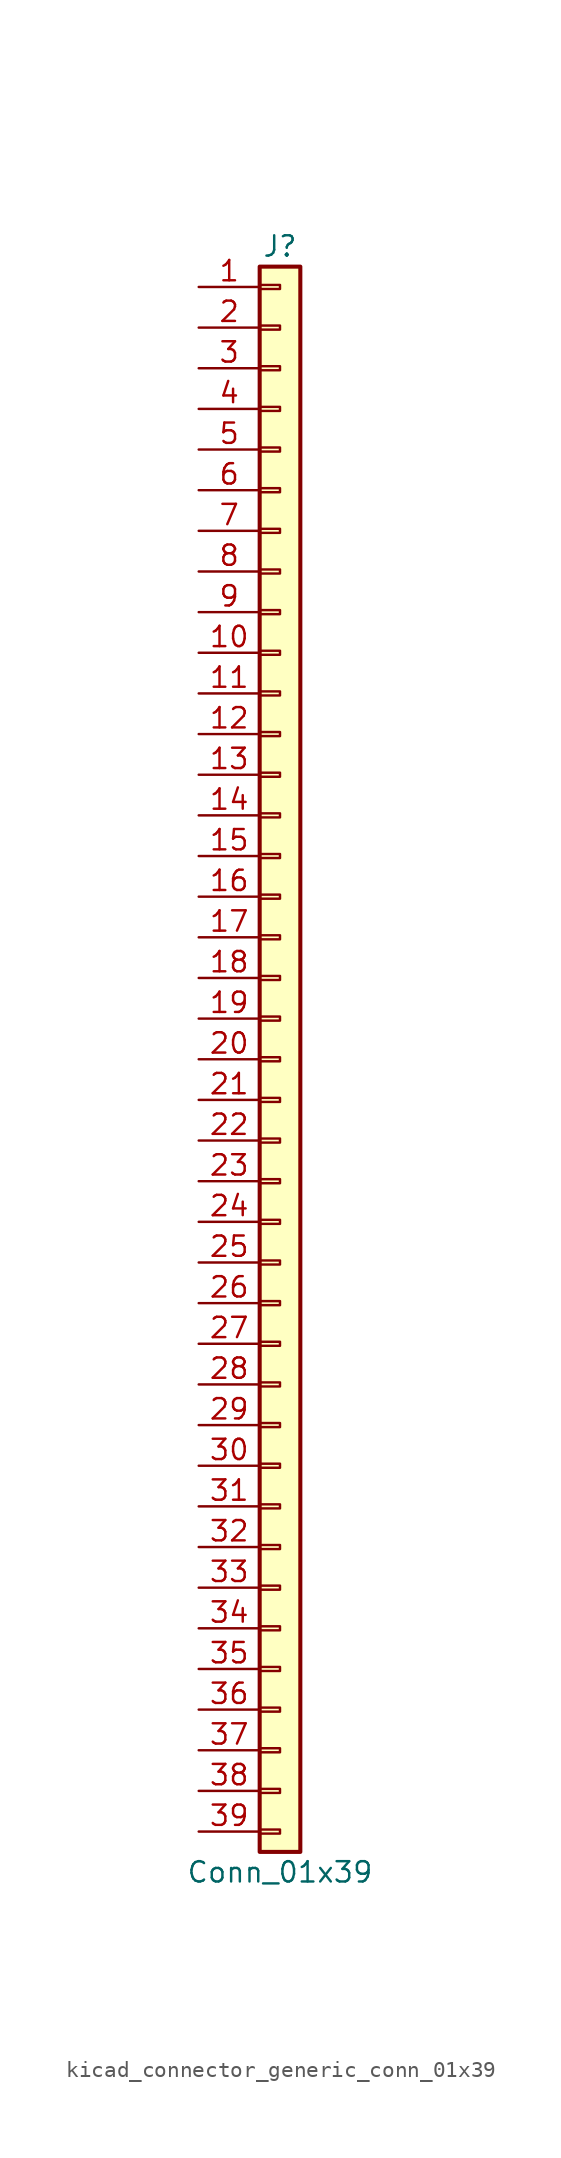
<source format=kicad_sym>
(kicad_symbol_lib
  (version 20220914)
  (generator kicad_symbol_editor)
  (symbol "kicad_connector_generic_conn_01x39"
    (pin_names
      (offset 1.016) hide)
    (property "Reference" "J"
      (at 0 50.8 0)
      (effects (font (size 1.27 1.27))))
    (property "Value" "Conn_01x39"
      (at 0 -50.8 0)
      (effects (font (size 1.27 1.27))))
    (symbol "kicad_connector_generic_conn_01x39_1_1"
      (rectangle (start -1.27 -48.133) (end 0 -48.387) (stroke (width 0.152) (type default)) (fill (type none)))
      (rectangle (start -1.27 -45.593) (end 0 -45.847) (stroke (width 0.152) (type default)) (fill (type none)))
      (rectangle (start -1.27 -43.053) (end 0 -43.307) (stroke (width 0.152) (type default)) (fill (type none)))
      (rectangle (start -1.27 -40.513) (end 0 -40.767) (stroke (width 0.152) (type default)) (fill (type none)))
      (rectangle (start -1.27 -37.973) (end 0 -38.227) (stroke (width 0.152) (type default)) (fill (type none)))
      (rectangle (start -1.27 -35.433) (end 0 -35.687) (stroke (width 0.152) (type default)) (fill (type none)))
      (rectangle (start -1.27 -32.893) (end 0 -33.147) (stroke (width 0.152) (type default)) (fill (type none)))
      (rectangle (start -1.27 -30.353) (end 0 -30.607) (stroke (width 0.152) (type default)) (fill (type none)))
      (rectangle (start -1.27 -27.813) (end 0 -28.067) (stroke (width 0.152) (type default)) (fill (type none)))
      (rectangle (start -1.27 -25.273) (end 0 -25.527) (stroke (width 0.152) (type default)) (fill (type none)))
      (rectangle (start -1.27 -22.733) (end 0 -22.987) (stroke (width 0.152) (type default)) (fill (type none)))
      (rectangle (start -1.27 -20.193) (end 0 -20.447) (stroke (width 0.152) (type default)) (fill (type none)))
      (rectangle (start -1.27 -17.653) (end 0 -17.907) (stroke (width 0.152) (type default)) (fill (type none)))
      (rectangle (start -1.27 -15.113) (end 0 -15.367) (stroke (width 0.152) (type default)) (fill (type none)))
      (rectangle (start -1.27 -12.573) (end 0 -12.827) (stroke (width 0.152) (type default)) (fill (type none)))
      (rectangle (start -1.27 -10.033) (end 0 -10.287) (stroke (width 0.152) (type default)) (fill (type none)))
      (rectangle (start -1.27 -7.493) (end 0 -7.747) (stroke (width 0.152) (type default)) (fill (type none)))
      (rectangle (start -1.27 -4.953) (end 0 -5.207) (stroke (width 0.152) (type default)) (fill (type none)))
      (rectangle (start -1.27 -2.413) (end 0 -2.667) (stroke (width 0.152) (type default)) (fill (type none)))
      (rectangle (start -1.27 0.127) (end 0 -0.127) (stroke (width 0.152) (type default)) (fill (type none)))
      (rectangle (start -1.27 2.667) (end 0 2.413) (stroke (width 0.152) (type default)) (fill (type none)))
      (rectangle (start -1.27 5.207) (end 0 4.953) (stroke (width 0.152) (type default)) (fill (type none)))
      (rectangle (start -1.27 7.747) (end 0 7.493) (stroke (width 0.152) (type default)) (fill (type none)))
      (rectangle (start -1.27 10.287) (end 0 10.033) (stroke (width 0.152) (type default)) (fill (type none)))
      (rectangle (start -1.27 12.827) (end 0 12.573) (stroke (width 0.152) (type default)) (fill (type none)))
      (rectangle (start -1.27 15.367) (end 0 15.113) (stroke (width 0.152) (type default)) (fill (type none)))
      (rectangle (start -1.27 17.907) (end 0 17.653) (stroke (width 0.152) (type default)) (fill (type none)))
      (rectangle (start -1.27 20.447) (end 0 20.193) (stroke (width 0.152) (type default)) (fill (type none)))
      (rectangle (start -1.27 22.987) (end 0 22.733) (stroke (width 0.152) (type default)) (fill (type none)))
      (rectangle (start -1.27 25.527) (end 0 25.273) (stroke (width 0.152) (type default)) (fill (type none)))
      (rectangle (start -1.27 28.067) (end 0 27.813) (stroke (width 0.152) (type default)) (fill (type none)))
      (rectangle (start -1.27 30.607) (end 0 30.353) (stroke (width 0.152) (type default)) (fill (type none)))
      (rectangle (start -1.27 33.147) (end 0 32.893) (stroke (width 0.152) (type default)) (fill (type none)))
      (rectangle (start -1.27 35.687) (end 0 35.433) (stroke (width 0.152) (type default)) (fill (type none)))
      (rectangle (start -1.27 38.227) (end 0 37.973) (stroke (width 0.152) (type default)) (fill (type none)))
      (rectangle (start -1.27 40.767) (end 0 40.513) (stroke (width 0.152) (type default)) (fill (type none)))
      (rectangle (start -1.27 43.307) (end 0 43.053) (stroke (width 0.152) (type default)) (fill (type none)))
      (rectangle (start -1.27 45.847) (end 0 45.593) (stroke (width 0.152) (type default)) (fill (type none)))
      (rectangle (start -1.27 48.387) (end 0 48.133) (stroke (width 0.152) (type default)) (fill (type none)))
      (rectangle (start -1.27 49.53) (end 1.27 -49.53) (stroke (width 0.254) (type default)) (fill (type background)))
      (pin passive line (at -5.08 48.26 0) (length 3.81) (name "Pin_1" (effects (font (size 1.27 1.27)))) (number "1" (effects (font (size 1.27 1.27)))))
      (pin passive line (at -5.08 25.4 0) (length 3.81) (name "Pin_10" (effects (font (size 1.27 1.27)))) (number "10" (effects (font (size 1.27 1.27)))))
      (pin passive line (at -5.08 22.86 0) (length 3.81) (name "Pin_11" (effects (font (size 1.27 1.27)))) (number "11" (effects (font (size 1.27 1.27)))))
      (pin passive line (at -5.08 20.32 0) (length 3.81) (name "Pin_12" (effects (font (size 1.27 1.27)))) (number "12" (effects (font (size 1.27 1.27)))))
      (pin passive line (at -5.08 17.78 0) (length 3.81) (name "Pin_13" (effects (font (size 1.27 1.27)))) (number "13" (effects (font (size 1.27 1.27)))))
      (pin passive line (at -5.08 15.24 0) (length 3.81) (name "Pin_14" (effects (font (size 1.27 1.27)))) (number "14" (effects (font (size 1.27 1.27)))))
      (pin passive line (at -5.08 12.7 0) (length 3.81) (name "Pin_15" (effects (font (size 1.27 1.27)))) (number "15" (effects (font (size 1.27 1.27)))))
      (pin passive line (at -5.08 10.16 0) (length 3.81) (name "Pin_16" (effects (font (size 1.27 1.27)))) (number "16" (effects (font (size 1.27 1.27)))))
      (pin passive line (at -5.08 7.62 0) (length 3.81) (name "Pin_17" (effects (font (size 1.27 1.27)))) (number "17" (effects (font (size 1.27 1.27)))))
      (pin passive line (at -5.08 5.08 0) (length 3.81) (name "Pin_18" (effects (font (size 1.27 1.27)))) (number "18" (effects (font (size 1.27 1.27)))))
      (pin passive line (at -5.08 2.54 0) (length 3.81) (name "Pin_19" (effects (font (size 1.27 1.27)))) (number "19" (effects (font (size 1.27 1.27)))))
      (pin passive line (at -5.08 45.72 0) (length 3.81) (name "Pin_2" (effects (font (size 1.27 1.27)))) (number "2" (effects (font (size 1.27 1.27)))))
      (pin passive line (at -5.08 0 0) (length 3.81) (name "Pin_20" (effects (font (size 1.27 1.27)))) (number "20" (effects (font (size 1.27 1.27)))))
      (pin passive line (at -5.08 -2.54 0) (length 3.81) (name "Pin_21" (effects (font (size 1.27 1.27)))) (number "21" (effects (font (size 1.27 1.27)))))
      (pin passive line (at -5.08 -5.08 0) (length 3.81) (name "Pin_22" (effects (font (size 1.27 1.27)))) (number "22" (effects (font (size 1.27 1.27)))))
      (pin passive line (at -5.08 -7.62 0) (length 3.81) (name "Pin_23" (effects (font (size 1.27 1.27)))) (number "23" (effects (font (size 1.27 1.27)))))
      (pin passive line (at -5.08 -10.16 0) (length 3.81) (name "Pin_24" (effects (font (size 1.27 1.27)))) (number "24" (effects (font (size 1.27 1.27)))))
      (pin passive line (at -5.08 -12.7 0) (length 3.81) (name "Pin_25" (effects (font (size 1.27 1.27)))) (number "25" (effects (font (size 1.27 1.27)))))
      (pin passive line (at -5.08 -15.24 0) (length 3.81) (name "Pin_26" (effects (font (size 1.27 1.27)))) (number "26" (effects (font (size 1.27 1.27)))))
      (pin passive line (at -5.08 -17.78 0) (length 3.81) (name "Pin_27" (effects (font (size 1.27 1.27)))) (number "27" (effects (font (size 1.27 1.27)))))
      (pin passive line (at -5.08 -20.32 0) (length 3.81) (name "Pin_28" (effects (font (size 1.27 1.27)))) (number "28" (effects (font (size 1.27 1.27)))))
      (pin passive line (at -5.08 -22.86 0) (length 3.81) (name "Pin_29" (effects (font (size 1.27 1.27)))) (number "29" (effects (font (size 1.27 1.27)))))
      (pin passive line (at -5.08 43.18 0) (length 3.81) (name "Pin_3" (effects (font (size 1.27 1.27)))) (number "3" (effects (font (size 1.27 1.27)))))
      (pin passive line (at -5.08 -25.4 0) (length 3.81) (name "Pin_30" (effects (font (size 1.27 1.27)))) (number "30" (effects (font (size 1.27 1.27)))))
      (pin passive line (at -5.08 -27.94 0) (length 3.81) (name "Pin_31" (effects (font (size 1.27 1.27)))) (number "31" (effects (font (size 1.27 1.27)))))
      (pin passive line (at -5.08 -30.48 0) (length 3.81) (name "Pin_32" (effects (font (size 1.27 1.27)))) (number "32" (effects (font (size 1.27 1.27)))))
      (pin passive line (at -5.08 -33.02 0) (length 3.81) (name "Pin_33" (effects (font (size 1.27 1.27)))) (number "33" (effects (font (size 1.27 1.27)))))
      (pin passive line (at -5.08 -35.56 0) (length 3.81) (name "Pin_34" (effects (font (size 1.27 1.27)))) (number "34" (effects (font (size 1.27 1.27)))))
      (pin passive line (at -5.08 -38.1 0) (length 3.81) (name "Pin_35" (effects (font (size 1.27 1.27)))) (number "35" (effects (font (size 1.27 1.27)))))
      (pin passive line (at -5.08 -40.64 0) (length 3.81) (name "Pin_36" (effects (font (size 1.27 1.27)))) (number "36" (effects (font (size 1.27 1.27)))))
      (pin passive line (at -5.08 -43.18 0) (length 3.81) (name "Pin_37" (effects (font (size 1.27 1.27)))) (number "37" (effects (font (size 1.27 1.27)))))
      (pin passive line (at -5.08 -45.72 0) (length 3.81) (name "Pin_38" (effects (font (size 1.27 1.27)))) (number "38" (effects (font (size 1.27 1.27)))))
      (pin passive line (at -5.08 -48.26 0) (length 3.81) (name "Pin_39" (effects (font (size 1.27 1.27)))) (number "39" (effects (font (size 1.27 1.27)))))
      (pin passive line (at -5.08 40.64 0) (length 3.81) (name "Pin_4" (effects (font (size 1.27 1.27)))) (number "4" (effects (font (size 1.27 1.27)))))
      (pin passive line (at -5.08 38.1 0) (length 3.81) (name "Pin_5" (effects (font (size 1.27 1.27)))) (number "5" (effects (font (size 1.27 1.27)))))
      (pin passive line (at -5.08 35.56 0) (length 3.81) (name "Pin_6" (effects (font (size 1.27 1.27)))) (number "6" (effects (font (size 1.27 1.27)))))
      (pin passive line (at -5.08 33.02 0) (length 3.81) (name "Pin_7" (effects (font (size 1.27 1.27)))) (number "7" (effects (font (size 1.27 1.27)))))
      (pin passive line (at -5.08 30.48 0) (length 3.81) (name "Pin_8" (effects (font (size 1.27 1.27)))) (number "8" (effects (font (size 1.27 1.27)))))
      (pin passive line (at -5.08 27.94 0) (length 3.81) (name "Pin_9" (effects (font (size 1.27 1.27)))) (number "9" (effects (font (size 1.27 1.27))))))))
</source>
